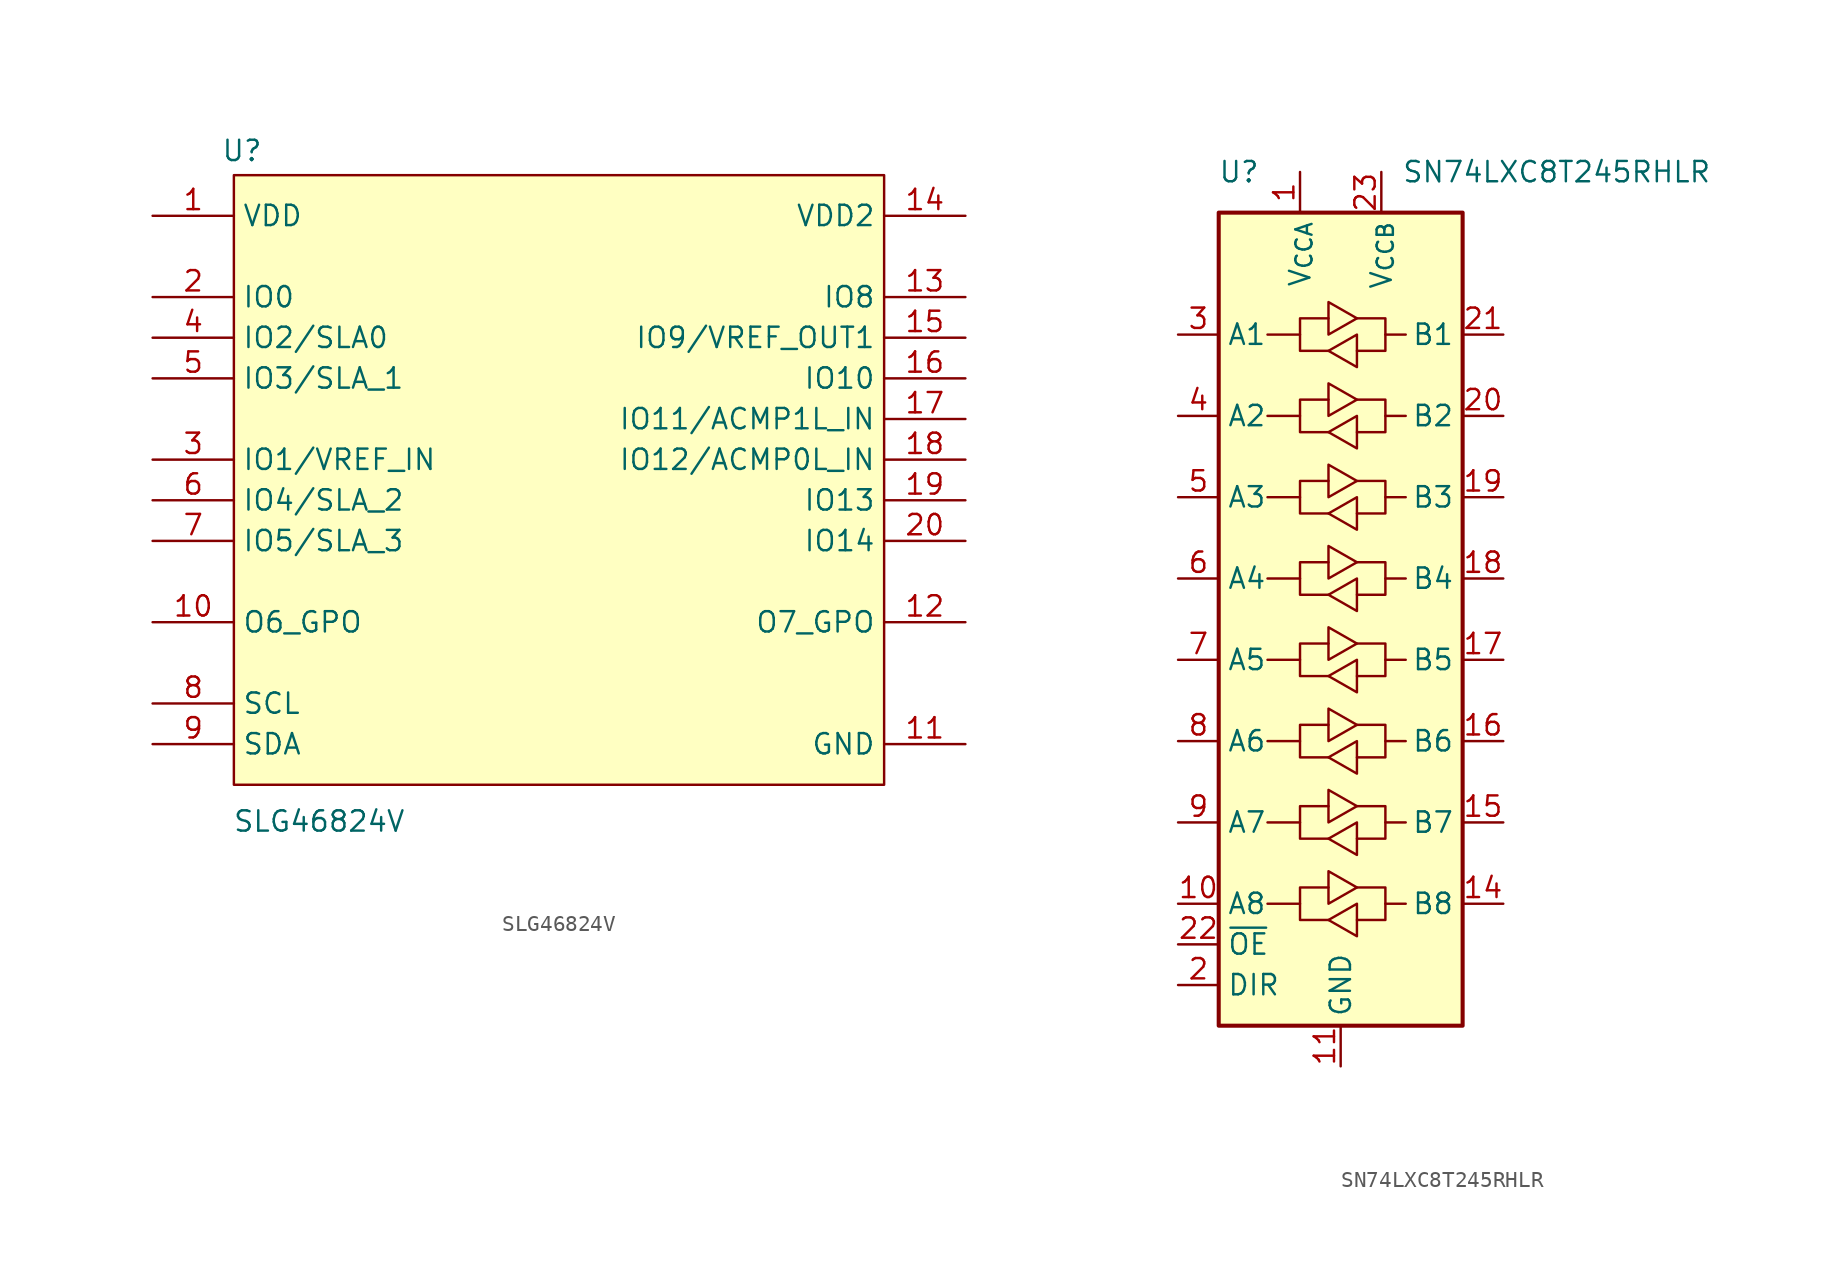
<source format=kicad_sym>
(kicad_symbol_lib
  (version 20241209)
  (generator "kicad_symbol_editor")
  (generator_version "9.0")
  (symbol "SLG46824V"
    (property "Reference" "U"
      (at 0.508 1.524 0)
      (effects (font (size 1.27 1.27))))
    (property "Value" "SLG46824V"
      (at 5.334 -40.386 0)
      (effects (font (size 1.27 1.27))))
    (symbol "SLG46824V_1_0"
      (pin power_in line (at -5.08 -2.54 0) (length 5.08) (name "VDD" (effects (font (size 1.27 1.27)))) (number "1" (effects (font (size 1.27 1.27)))))
      (pin bidirectional line (at -5.08 -7.62 0) (length 5.08) (name "IO0" (effects (font (size 1.27 1.27)))) (number "2" (effects (font (size 1.27 1.27)))))
      (pin bidirectional line (at -5.08 -10.16 0) (length 5.08) (name "IO2/SLA0" (effects (font (size 1.27 1.27)))) (number "4" (effects (font (size 1.27 1.27)))))
      (pin bidirectional line (at -5.08 -12.7 0) (length 5.08) (name "IO3/SLA_1" (effects (font (size 1.27 1.27)))) (number "5" (effects (font (size 1.27 1.27)))))
      (pin bidirectional line (at -5.08 -17.78 0) (length 5.08) (name "IO1/VREF_IN" (effects (font (size 1.27 1.27)))) (number "3" (effects (font (size 1.27 1.27)))))
      (pin bidirectional line (at -5.08 -20.32 0) (length 5.08) (name "IO4/SLA_2" (effects (font (size 1.27 1.27)))) (number "6" (effects (font (size 1.27 1.27)))))
      (pin bidirectional line (at -5.08 -22.86 0) (length 5.08) (name "IO5/SLA_3" (effects (font (size 1.27 1.27)))) (number "7" (effects (font (size 1.27 1.27)))))
      (pin output line (at -5.08 -27.94 0) (length 5.08) (name "O6_GPO" (effects (font (size 1.27 1.27)))) (number "10" (effects (font (size 1.27 1.27)))))
      (pin input line (at -5.08 -33.02 0) (length 5.08) (name "SCL" (effects (font (size 1.27 1.27)))) (number "8" (effects (font (size 1.27 1.27)))))
      (pin bidirectional line (at -5.08 -35.56 0) (length 5.08) (name "SDA" (effects (font (size 1.27 1.27)))) (number "9" (effects (font (size 1.27 1.27)))))
      (pin power_in line (at 45.72 -2.54 180) (length 5.08) (name "VDD2" (effects (font (size 1.27 1.27)))) (number "14" (effects (font (size 1.27 1.27)))))
      (pin bidirectional line (at 45.72 -7.62 180) (length 5.08) (name "IO8" (effects (font (size 1.27 1.27)))) (number "13" (effects (font (size 1.27 1.27)))))
      (pin bidirectional line (at 45.72 -10.16 180) (length 5.08) (name "IO9/VREF_OUT1" (effects (font (size 1.27 1.27)))) (number "15" (effects (font (size 1.27 1.27)))))
      (pin bidirectional line (at 45.72 -12.7 180) (length 5.08) (name "IO10" (effects (font (size 1.27 1.27)))) (number "16" (effects (font (size 1.27 1.27)))))
      (pin bidirectional line (at 45.72 -15.24 180) (length 5.08) (name "IO11/ACMP1L_IN" (effects (font (size 1.27 1.27)))) (number "17" (effects (font (size 1.27 1.27)))))
      (pin bidirectional line (at 45.72 -17.78 180) (length 5.08) (name "IO12/ACMP0L_IN" (effects (font (size 1.27 1.27)))) (number "18" (effects (font (size 1.27 1.27)))))
      (pin bidirectional line (at 45.72 -20.32 180) (length 5.08) (name "IO13" (effects (font (size 1.27 1.27)))) (number "19" (effects (font (size 1.27 1.27)))))
      (pin bidirectional line (at 45.72 -22.86 180) (length 5.08) (name "IO14" (effects (font (size 1.27 1.27)))) (number "20" (effects (font (size 1.27 1.27)))))
      (pin output line (at 45.72 -27.94 180) (length 5.08) (name "O7_GPO" (effects (font (size 1.27 1.27)))) (number "12" (effects (font (size 1.27 1.27)))))
      (pin power_in line (at 45.72 -35.56 180) (length 5.08) (name "GND" (effects (font (size 1.27 1.27)))) (number "11" (effects (font (size 1.27 1.27))))))
    (symbol "SLG46824V_1_1"
      (rectangle (start 0 0) (end 40.64 -38.1) (stroke (width 0) (type solid)) (fill (type background)))))
  (symbol "SN74LXC8T245RHLR"
    (property "Reference" "U"
      (at -6.35 27.94 0)
      (effects (font (size 1.27 1.27))))
    (property "Value" "SN74LXC8T245RHLR"
      (at 3.81 27.94 0)
      (effects (font (size 1.27 1.27)) (justify left)))
    (symbol "SN74LXC8T245RHLR_0_1"
      (rectangle (start -7.62 25.4) (end 7.62 -25.4) (stroke (width 0.254) (type default)) (fill (type background)))
      (polyline (pts (xy -2.54 17.78) (xy -2.54 18.796) (xy -0.762 18.796)) (stroke (width 0) (type default)) (fill (type none)))
      (polyline (pts (xy -2.54 7.62) (xy -2.54 8.636) (xy -0.762 8.636)) (stroke (width 0) (type default)) (fill (type none)))
      (polyline (pts (xy -2.54 -2.54) (xy -2.54 -1.524) (xy -0.762 -1.524)) (stroke (width 0) (type default)) (fill (type none)))
      (polyline (pts (xy -2.54 -12.7) (xy -2.54 -11.684) (xy -0.762 -11.684)) (stroke (width 0) (type default)) (fill (type none)))
      (polyline (pts (xy -0.762 17.78) (xy -0.762 19.812) (xy 1.016 18.796) (xy -0.762 17.78)) (stroke (width 0) (type default)) (fill (type none)))
      (polyline (pts (xy -0.762 16.764) (xy -2.54 16.764) (xy -2.54 17.78) (xy -4.572 17.78)) (stroke (width 0) (type default)) (fill (type none)))
      (polyline (pts (xy -0.762 7.62) (xy -0.762 9.652) (xy 1.016 8.636) (xy -0.762 7.62)) (stroke (width 0) (type default)) (fill (type none)))
      (polyline (pts (xy -0.762 6.604) (xy -2.54 6.604) (xy -2.54 7.62) (xy -4.572 7.62)) (stroke (width 0) (type default)) (fill (type none)))
      (polyline (pts (xy -0.762 -2.54) (xy -0.762 -0.508) (xy 1.016 -1.524) (xy -0.762 -2.54)) (stroke (width 0) (type default)) (fill (type none)))
      (polyline (pts (xy -0.762 -3.556) (xy -2.54 -3.556) (xy -2.54 -2.54) (xy -4.572 -2.54)) (stroke (width 0) (type default)) (fill (type none)))
      (polyline (pts (xy -0.762 -12.7) (xy -0.762 -10.668) (xy 1.016 -11.684) (xy -0.762 -12.7)) (stroke (width 0) (type default)) (fill (type none)))
      (polyline (pts (xy -0.762 -13.716) (xy -2.54 -13.716) (xy -2.54 -12.7) (xy -4.572 -12.7)) (stroke (width 0) (type default)) (fill (type none)))
      (polyline (pts (xy 1.016 18.796) (xy 2.794 18.796) (xy 2.794 17.78) (xy 4.064 17.78)) (stroke (width 0) (type default)) (fill (type none)))
      (polyline (pts (xy 1.016 17.78) (xy 1.016 16.002) (xy 1.016 15.748) (xy -0.762 16.764) (xy 1.016 17.78)) (stroke (width 0) (type default)) (fill (type none)))
      (polyline (pts (xy 1.016 8.636) (xy 2.794 8.636) (xy 2.794 7.62) (xy 4.064 7.62)) (stroke (width 0) (type default)) (fill (type none)))
      (polyline (pts (xy 1.016 7.62) (xy 1.016 5.842) (xy 1.016 5.588) (xy -0.762 6.604) (xy 1.016 7.62)) (stroke (width 0) (type default)) (fill (type none)))
      (polyline (pts (xy 1.016 2.54) (xy 1.016 0.762) (xy 1.016 0.508) (xy -0.762 1.524) (xy 1.016 2.54)) (stroke (width 0) (type default)) (fill (type none)))
      (polyline (pts (xy 1.016 -1.524) (xy 2.794 -1.524) (xy 2.794 -2.54) (xy 4.064 -2.54)) (stroke (width 0) (type default)) (fill (type none)))
      (polyline (pts (xy 1.016 -2.54) (xy 1.016 -4.318) (xy 1.016 -4.572) (xy -0.762 -3.556) (xy 1.016 -2.54)) (stroke (width 0) (type default)) (fill (type none)))
      (polyline (pts (xy 1.016 -11.684) (xy 2.794 -11.684) (xy 2.794 -12.7) (xy 4.064 -12.7)) (stroke (width 0) (type default)) (fill (type none)))
      (polyline (pts (xy 1.016 -12.7) (xy 1.016 -14.478) (xy 1.016 -14.732) (xy -0.762 -13.716) (xy 1.016 -12.7)) (stroke (width 0) (type default)) (fill (type none)))
      (polyline (pts (xy 1.016 -17.78) (xy 1.016 -19.558) (xy 1.016 -19.812) (xy -0.762 -18.796) (xy 1.016 -17.78)) (stroke (width 0) (type default)) (fill (type none)))
      (polyline (pts (xy 2.794 17.78) (xy 2.794 16.764) (xy 1.016 16.764)) (stroke (width 0) (type default)) (fill (type none)))
      (polyline (pts (xy 2.794 7.62) (xy 2.794 6.604) (xy 1.016 6.604)) (stroke (width 0) (type default)) (fill (type none)))
      (polyline (pts (xy 2.794 -2.54) (xy 2.794 -3.556) (xy 1.016 -3.556)) (stroke (width 0) (type default)) (fill (type none)))
      (polyline (pts (xy 2.794 -12.7) (xy 2.794 -13.716) (xy 1.016 -13.716)) (stroke (width 0) (type default)) (fill (type none))))
    (symbol "SN74LXC8T245RHLR_1_1"
      (polyline (pts (xy -2.54 12.7) (xy -2.54 13.716) (xy -0.762 13.716)) (stroke (width 0) (type default)) (fill (type none)))
      (polyline (pts (xy -2.54 2.54) (xy -2.54 3.556) (xy -0.762 3.556)) (stroke (width 0) (type default)) (fill (type none)))
      (polyline (pts (xy -2.54 -7.62) (xy -2.54 -6.604) (xy -0.762 -6.604)) (stroke (width 0) (type default)) (fill (type none)))
      (polyline (pts (xy -2.54 -17.78) (xy -2.54 -16.764) (xy -0.762 -16.764)) (stroke (width 0) (type default)) (fill (type none)))
      (polyline (pts (xy -0.762 12.7) (xy -0.762 14.732) (xy 1.016 13.716) (xy -0.762 12.7)) (stroke (width 0) (type default)) (fill (type none)))
      (polyline (pts (xy -0.762 11.684) (xy -2.54 11.684) (xy -2.54 12.7) (xy -4.572 12.7)) (stroke (width 0) (type default)) (fill (type none)))
      (polyline (pts (xy -0.762 2.54) (xy -0.762 4.572) (xy 1.016 3.556) (xy -0.762 2.54)) (stroke (width 0) (type default)) (fill (type none)))
      (polyline (pts (xy -0.762 1.524) (xy -2.54 1.524) (xy -2.54 2.54) (xy -4.572 2.54)) (stroke (width 0) (type default)) (fill (type none)))
      (polyline (pts (xy -0.762 -7.62) (xy -0.762 -5.588) (xy 1.016 -6.604) (xy -0.762 -7.62)) (stroke (width 0) (type default)) (fill (type none)))
      (polyline (pts (xy -0.762 -8.636) (xy -2.54 -8.636) (xy -2.54 -7.62) (xy -4.572 -7.62)) (stroke (width 0) (type default)) (fill (type none)))
      (polyline (pts (xy -0.762 -17.78) (xy -0.762 -15.748) (xy 1.016 -16.764) (xy -0.762 -17.78)) (stroke (width 0) (type default)) (fill (type none)))
      (polyline (pts (xy -0.762 -18.796) (xy -2.54 -18.796) (xy -2.54 -17.78) (xy -4.572 -17.78)) (stroke (width 0) (type default)) (fill (type none)))
      (polyline (pts (xy 1.016 13.716) (xy 2.794 13.716) (xy 2.794 12.7) (xy 4.064 12.7)) (stroke (width 0) (type default)) (fill (type none)))
      (polyline (pts (xy 1.016 12.7) (xy 1.016 10.922) (xy 1.016 10.668) (xy -0.762 11.684) (xy 1.016 12.7)) (stroke (width 0) (type default)) (fill (type none)))
      (polyline (pts (xy 1.016 3.556) (xy 2.794 3.556) (xy 2.794 2.54) (xy 4.064 2.54)) (stroke (width 0) (type default)) (fill (type none)))
      (polyline (pts (xy 1.016 -6.604) (xy 2.794 -6.604) (xy 2.794 -7.62) (xy 4.064 -7.62)) (stroke (width 0) (type default)) (fill (type none)))
      (polyline (pts (xy 1.016 -7.62) (xy 1.016 -9.398) (xy 1.016 -9.652) (xy -0.762 -8.636) (xy 1.016 -7.62)) (stroke (width 0) (type default)) (fill (type none)))
      (polyline (pts (xy 1.016 -16.764) (xy 2.794 -16.764) (xy 2.794 -17.78) (xy 4.064 -17.78)) (stroke (width 0) (type default)) (fill (type none)))
      (polyline (pts (xy 2.794 12.7) (xy 2.794 11.684) (xy 1.016 11.684)) (stroke (width 0) (type default)) (fill (type none)))
      (polyline (pts (xy 2.794 2.54) (xy 2.794 1.524) (xy 1.016 1.524)) (stroke (width 0) (type default)) (fill (type none)))
      (polyline (pts (xy 2.794 -7.62) (xy 2.794 -8.636) (xy 1.016 -8.636)) (stroke (width 0) (type default)) (fill (type none)))
      (polyline (pts (xy 2.794 -17.78) (xy 2.794 -18.796) (xy 1.016 -18.796)) (stroke (width 0) (type default)) (fill (type none)))
      (pin bidirectional line (at -10.16 17.78 0) (length 2.54) (name "A1" (effects (font (size 1.27 1.27)))) (number "3" (effects (font (size 1.27 1.27)))))
      (pin bidirectional line (at -10.16 12.7 0) (length 2.54) (name "A2" (effects (font (size 1.27 1.27)))) (number "4" (effects (font (size 1.27 1.27)))))
      (pin bidirectional line (at -10.16 7.62 0) (length 2.54) (name "A3" (effects (font (size 1.27 1.27)))) (number "5" (effects (font (size 1.27 1.27)))))
      (pin bidirectional line (at -10.16 2.54 0) (length 2.54) (name "A4" (effects (font (size 1.27 1.27)))) (number "6" (effects (font (size 1.27 1.27)))))
      (pin bidirectional line (at -10.16 -2.54 0) (length 2.54) (name "A5" (effects (font (size 1.27 1.27)))) (number "7" (effects (font (size 1.27 1.27)))))
      (pin bidirectional line (at -10.16 -7.62 0) (length 2.54) (name "A6" (effects (font (size 1.27 1.27)))) (number "8" (effects (font (size 1.27 1.27)))))
      (pin bidirectional line (at -10.16 -12.7 0) (length 2.54) (name "A7" (effects (font (size 1.27 1.27)))) (number "9" (effects (font (size 1.27 1.27)))))
      (pin bidirectional line (at -10.16 -17.78 0) (length 2.54) (name "A8" (effects (font (size 1.27 1.27)))) (number "10" (effects (font (size 1.27 1.27)))))
      (pin input line (at -10.16 -20.32 0) (length 2.54) (name "~{OE}" (effects (font (size 1.27 1.27)))) (number "22" (effects (font (size 1.27 1.27)))))
      (pin input line (at -10.16 -22.86 0) (length 2.54) (name "DIR" (effects (font (size 1.27 1.27)))) (number "2" (effects (font (size 1.27 1.27)))))
      (pin power_in line (at -2.54 27.94 270) (length 2.54) (name "V_{CCA}" (effects (font (size 1.27 1.27)))) (number "1" (effects (font (size 1.27 1.27)))))
      (pin power_in line (at 0 -27.94 90) (length 2.54) (name "GND" (effects (font (size 1.27 1.27)))) (number "11" (effects (font (size 1.27 1.27)))))
      (pin passive line (at 0 -27.94 90) (length 2.54) (hide yes) (name "GND" (effects (font (size 1.27 1.27)))) (number "12" (effects (font (size 1.27 1.27)))))
      (pin passive line (at 0 -27.94 90) (length 2.54) (hide yes) (name "GND" (effects (font (size 1.27 1.27)))) (number "13" (effects (font (size 1.27 1.27)))))
      (pin power_in line (at 2.54 27.94 270) (length 2.54) (name "V_{CCB}" (effects (font (size 1.27 1.27)))) (number "23" (effects (font (size 1.27 1.27)))))
      (pin passive line (at 2.54 27.94 270) (length 2.54) (hide yes) (name "V_{CCB}" (effects (font (size 1.27 1.27)))) (number "24" (effects (font (size 1.27 1.27)))))
      (pin bidirectional line (at 10.16 17.78 180) (length 2.54) (name "B1" (effects (font (size 1.27 1.27)))) (number "21" (effects (font (size 1.27 1.27)))))
      (pin bidirectional line (at 10.16 12.7 180) (length 2.54) (name "B2" (effects (font (size 1.27 1.27)))) (number "20" (effects (font (size 1.27 1.27)))))
      (pin bidirectional line (at 10.16 7.62 180) (length 2.54) (name "B3" (effects (font (size 1.27 1.27)))) (number "19" (effects (font (size 1.27 1.27)))))
      (pin bidirectional line (at 10.16 2.54 180) (length 2.54) (name "B4" (effects (font (size 1.27 1.27)))) (number "18" (effects (font (size 1.27 1.27)))))
      (pin bidirectional line (at 10.16 -2.54 180) (length 2.54) (name "B5" (effects (font (size 1.27 1.27)))) (number "17" (effects (font (size 1.27 1.27)))))
      (pin bidirectional line (at 10.16 -7.62 180) (length 2.54) (name "B6" (effects (font (size 1.27 1.27)))) (number "16" (effects (font (size 1.27 1.27)))))
      (pin bidirectional line (at 10.16 -12.7 180) (length 2.54) (name "B7" (effects (font (size 1.27 1.27)))) (number "15" (effects (font (size 1.27 1.27)))))
      (pin bidirectional line (at 10.16 -17.78 180) (length 2.54) (name "B8" (effects (font (size 1.27 1.27)))) (number "14" (effects (font (size 1.27 1.27))))))))
</source>
